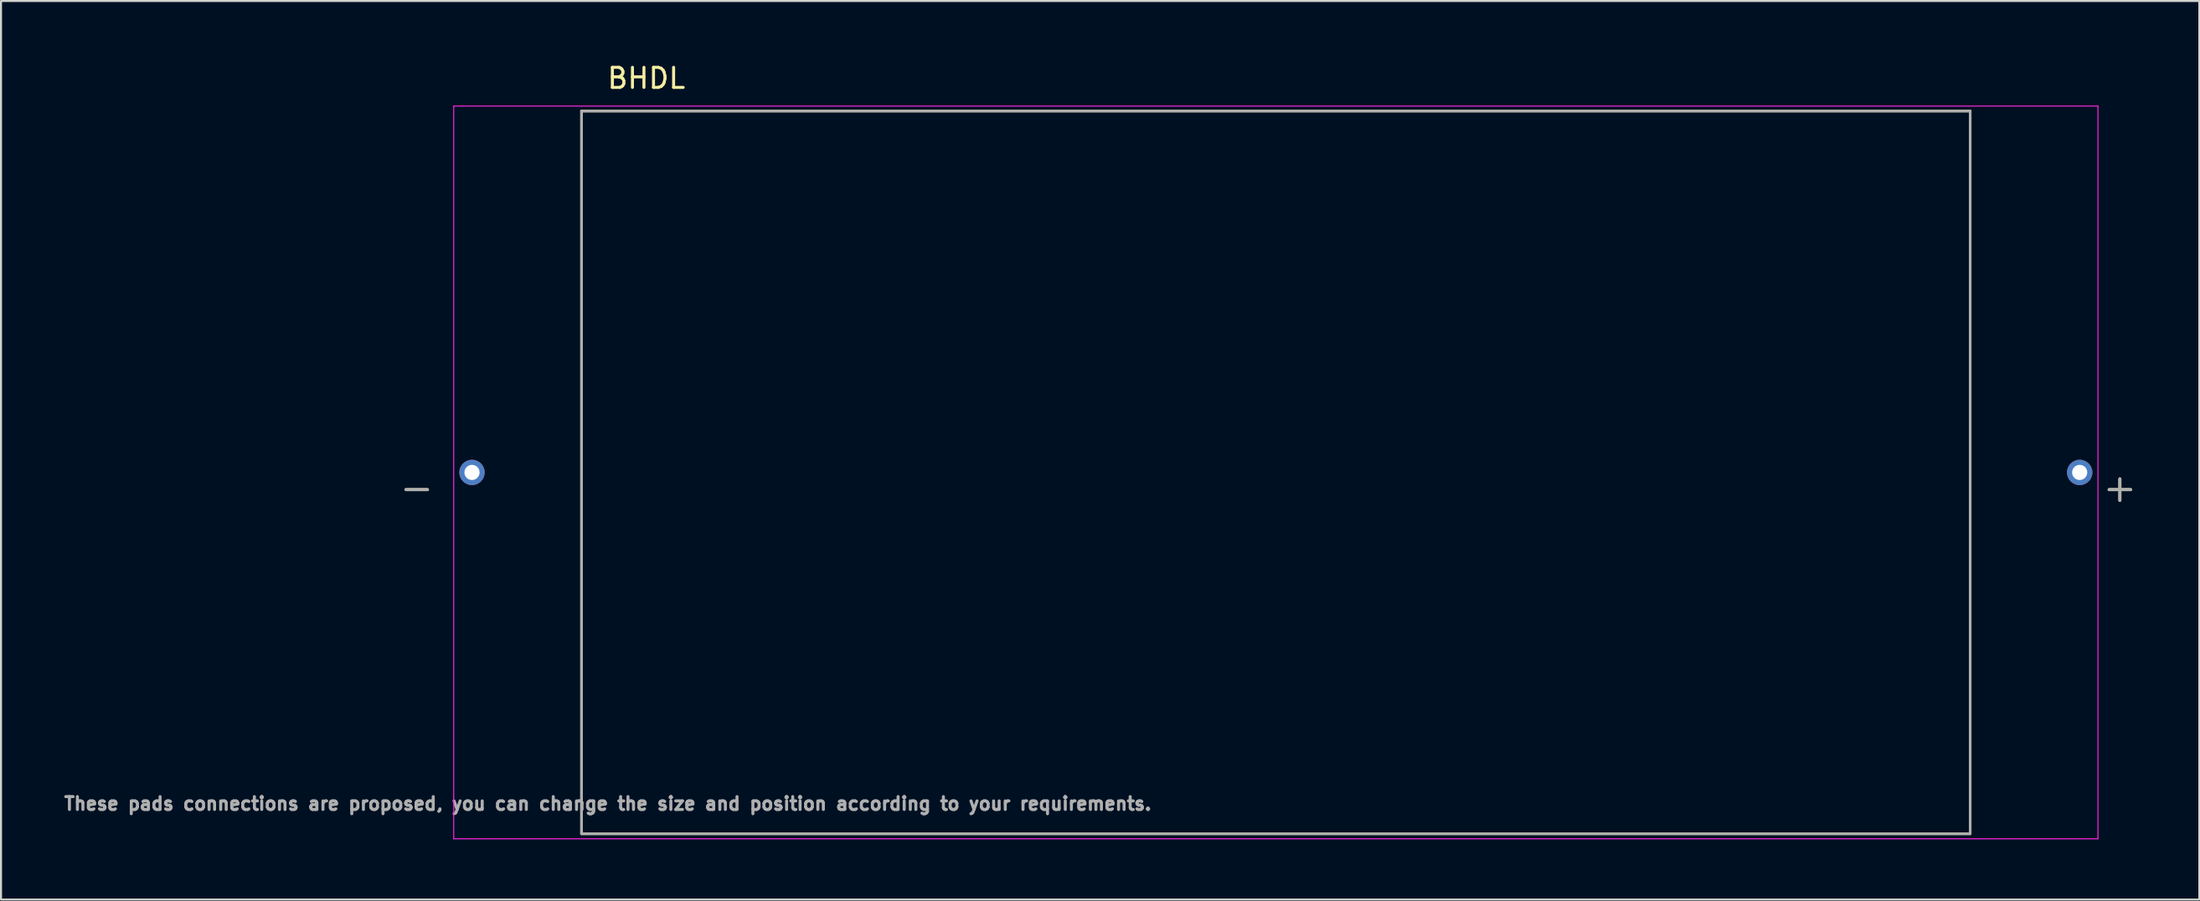
<source format=kicad_pcb>
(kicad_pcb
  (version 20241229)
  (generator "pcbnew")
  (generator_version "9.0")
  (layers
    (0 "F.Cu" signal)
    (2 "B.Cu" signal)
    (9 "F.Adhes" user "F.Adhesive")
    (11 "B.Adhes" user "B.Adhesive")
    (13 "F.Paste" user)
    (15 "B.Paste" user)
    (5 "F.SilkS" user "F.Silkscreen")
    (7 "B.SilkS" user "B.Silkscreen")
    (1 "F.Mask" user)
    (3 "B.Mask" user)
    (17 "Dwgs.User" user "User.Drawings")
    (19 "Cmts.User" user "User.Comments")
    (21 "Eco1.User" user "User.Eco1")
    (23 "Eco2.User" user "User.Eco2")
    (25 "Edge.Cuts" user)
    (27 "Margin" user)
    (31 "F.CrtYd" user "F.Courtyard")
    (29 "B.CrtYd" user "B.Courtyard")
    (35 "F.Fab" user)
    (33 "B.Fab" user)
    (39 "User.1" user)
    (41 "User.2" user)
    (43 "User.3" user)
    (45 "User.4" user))
  (footprint "BHDL"
    (layer "F.Cu")
    (at 60.437 20.483)
    (property "Reference" "BHDL" (at -31.325 -19.635 0) (layer "F.SilkS") (effects (font (size 1 1) (thickness 0.15))))
    (attr through_hole)
    (fp_line (start -34.55 -18) (end -34.55 18) (stroke (width 0.127) (type solid)) (layer "F.SilkS"))
    (fp_line (start -34.55 -18) (end 34.55 -18) (stroke (width 0.127) (type solid)) (layer "F.SilkS"))
    (fp_line (start -34.55 18) (end 34.55 18) (stroke (width 0.127) (type solid)) (layer "F.SilkS"))
    (fp_line (start 34.55 18) (end 34.55 -18) (stroke (width 0.127) (type solid)) (layer "F.SilkS"))
    (fp_line (start -40.91 -18.25) (end -40.91 18.25) (stroke (width 0.05) (type solid)) (layer "F.CrtYd"))
    (fp_line (start -40.91 18.25) (end 40.91 18.25) (stroke (width 0.05) (type solid)) (layer "F.CrtYd"))
    (fp_line (start 40.91 -18.25) (end -40.91 -18.25) (stroke (width 0.05) (type solid)) (layer "F.CrtYd"))
    (fp_line (start 40.91 18.25) (end 40.91 -18.25) (stroke (width 0.05) (type solid)) (layer "F.CrtYd"))
    (fp_line (start -34.55 -18) (end 34.55 -18) (stroke (width 0.127) (type solid)) (layer "F.Fab"))
    (fp_line (start -34.55 18) (end -34.55 -18) (stroke (width 0.127) (type solid)) (layer "F.Fab"))
    (fp_line (start 34.55 -18) (end 34.55 18) (stroke (width 0.127) (type solid)) (layer "F.Fab"))
    (fp_line (start 34.55 18) (end -34.55 18) (stroke (width 0.127) (type solid)) (layer "F.Fab"))
    (fp_text user "-" (at -42.75 0.75 0) (layer "F.SilkS") (effects (font (size 1.4 1.4) (thickness 0.15))))
    (fp_text user "+" (at 42 0.75 0) (layer "F.SilkS") (effects (font (size 1.4 1.4) (thickness 0.15))))
    (fp_text user "-" (at -42.75 0.75 0) (layer "F.Fab") (effects (font (size 1.4 1.4) (thickness 0.15))))
    (fp_text user "+" (at 42 0.75 0) (layer "F.Fab") (effects (font (size 1.4 1.4) (thickness 0.15))))
    (fp_text user "These pads connections are proposed, you can change the size and position according to your requirements. " (at -33 16.5 0) (layer "F.Fab") (effects (font (size 0.64 0.64) (thickness 0.15))))
    (pad "+" thru_hole circle (at 40 0) (size 1.263 1.263) (drill 0.755) (layers "*.Cu" "*.Mask"))
    (pad "-" thru_hole circle (at -40 0) (size 1.263 1.263) (drill 0.755) (layers "*.Cu" "*.Mask")))
  (gr_rect
    (start -3 -3)
    (end 106.389 41.758)
    (stroke (width 0.1) (type default))
    (fill no)
    (layer "Edge.Cuts")))
</source>
